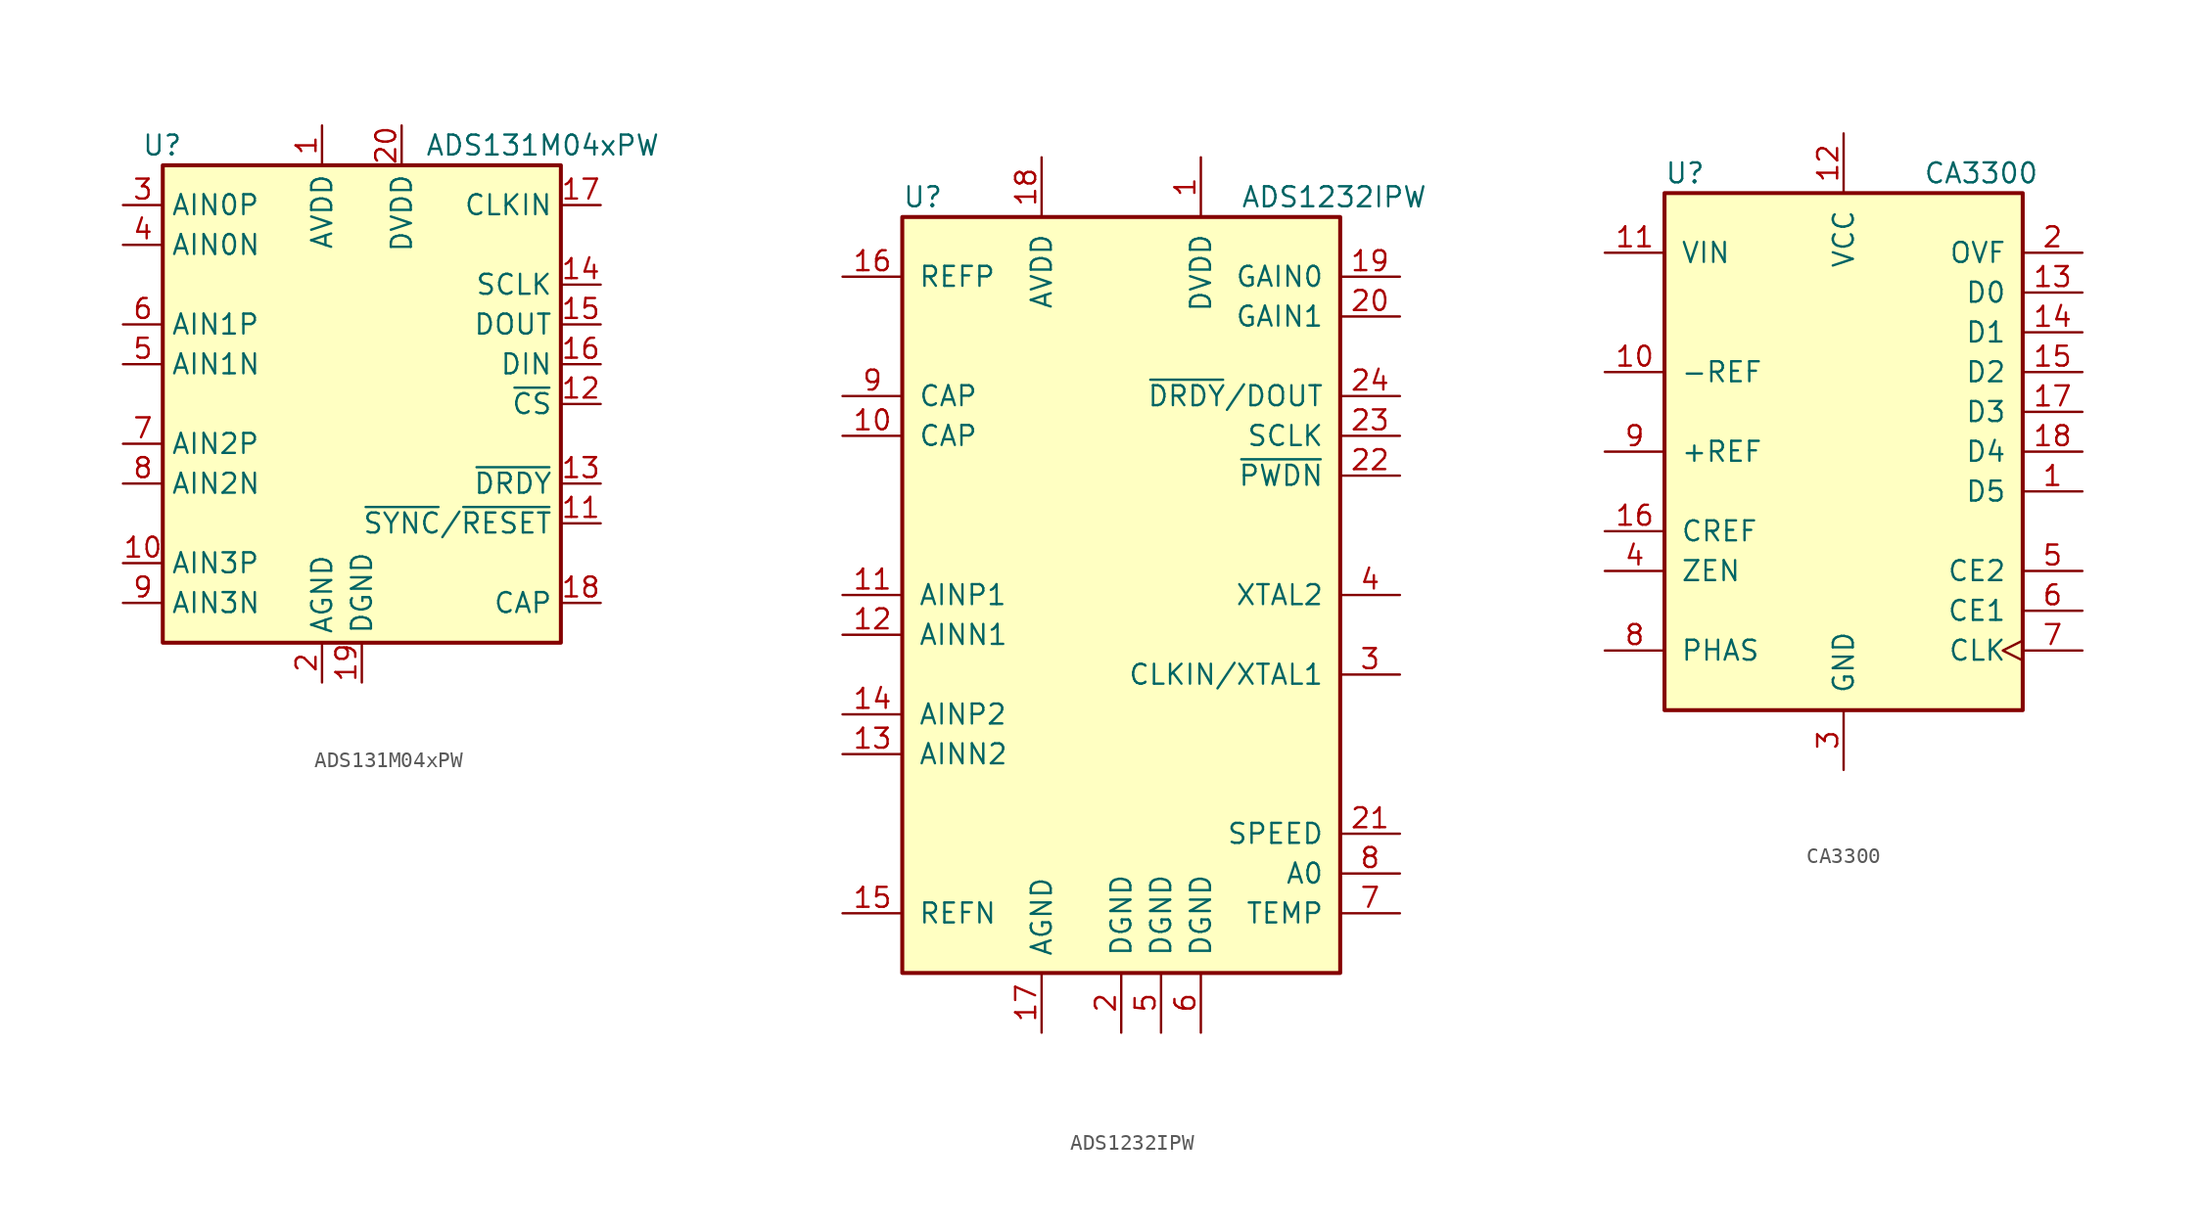
<source format=kicad_sym>
(kicad_symbol_lib
  (version 20241209)
  (generator "kicad_symbol_editor")
  (generator_version "9.0")
  (symbol "ADS131M04xPW"
    (property "Reference" "U"
      (at -11.43 16.51 0)
      (effects (font (size 1.27 1.27)) (justify right)))
    (property "Value" "ADS131M04xPW"
      (at 19.05 16.51 0)
      (effects (font (size 1.27 1.27)) (justify right)))
    (symbol "ADS131M04xPW_1_0"
      (pin input line (at -15.24 2.54 0) (length 2.54) (name "AIN1N" (effects (font (size 1.27 1.27)))) (number "5" (effects (font (size 1.27 1.27)))))
      (pin power_in line (at 0 -17.78 90) (length 2.54) (name "DGND" (effects (font (size 1.27 1.27)))) (number "19" (effects (font (size 1.27 1.27)))))
      (pin power_in line (at 2.54 17.78 270) (length 2.54) (name "DVDD" (effects (font (size 1.27 1.27)))) (number "20" (effects (font (size 1.27 1.27)))))
      (pin input line (at 15.24 12.7 180) (length 2.54) (name "CLKIN" (effects (font (size 1.27 1.27)))) (number "17" (effects (font (size 1.27 1.27)))))
      (pin output line (at 15.24 5.08 180) (length 2.54) (name "DOUT" (effects (font (size 1.27 1.27)))) (number "15" (effects (font (size 1.27 1.27)))))
      (pin input line (at 15.24 2.54 180) (length 2.54) (name "DIN" (effects (font (size 1.27 1.27)))) (number "16" (effects (font (size 1.27 1.27)))))
      (pin passive line (at 15.24 -12.7 180) (length 2.54) (name "CAP" (effects (font (size 1.27 1.27)))) (number "18" (effects (font (size 1.27 1.27))))))
    (symbol "ADS131M04xPW_1_1"
      (rectangle (start -12.7 15.24) (end 12.7 -15.24) (stroke (width 0.254) (type default)) (fill (type background)))
      (pin input line (at -15.24 12.7 0) (length 2.54) (name "AIN0P" (effects (font (size 1.27 1.27)))) (number "3" (effects (font (size 1.27 1.27)))))
      (pin input line (at -15.24 10.16 0) (length 2.54) (name "AIN0N" (effects (font (size 1.27 1.27)))) (number "4" (effects (font (size 1.27 1.27)))))
      (pin input line (at -15.24 5.08 0) (length 2.54) (name "AIN1P" (effects (font (size 1.27 1.27)))) (number "6" (effects (font (size 1.27 1.27)))))
      (pin input line (at -15.24 -2.54 0) (length 2.54) (name "AIN2P" (effects (font (size 1.27 1.27)))) (number "7" (effects (font (size 1.27 1.27)))))
      (pin input line (at -15.24 -5.08 0) (length 2.54) (name "AIN2N" (effects (font (size 1.27 1.27)))) (number "8" (effects (font (size 1.27 1.27)))))
      (pin input line (at -15.24 -10.16 0) (length 2.54) (name "AIN3P" (effects (font (size 1.27 1.27)))) (number "10" (effects (font (size 1.27 1.27)))))
      (pin input line (at -15.24 -12.7 0) (length 2.54) (name "AIN3N" (effects (font (size 1.27 1.27)))) (number "9" (effects (font (size 1.27 1.27)))))
      (pin power_in line (at -2.54 17.78 270) (length 2.54) (name "AVDD" (effects (font (size 1.27 1.27)))) (number "1" (effects (font (size 1.27 1.27)))))
      (pin power_in line (at -2.54 -17.78 90) (length 2.54) (name "AGND" (effects (font (size 1.27 1.27)))) (number "2" (effects (font (size 1.27 1.27)))))
      (pin input line (at 15.24 7.62 180) (length 2.54) (name "SCLK" (effects (font (size 1.27 1.27)))) (number "14" (effects (font (size 1.27 1.27)))))
      (pin input line (at 15.24 0 180) (length 2.54) (name "~{CS}" (effects (font (size 1.27 1.27)))) (number "12" (effects (font (size 1.27 1.27)))))
      (pin open_collector line (at 15.24 -5.08 180) (length 2.54) (name "~{DRDY}" (effects (font (size 1.27 1.27)))) (number "13" (effects (font (size 1.27 1.27)))))
      (pin input line (at 15.24 -7.62 180) (length 2.54) (name "~{SYNC}/~{RESET}" (effects (font (size 1.27 1.27)))) (number "11" (effects (font (size 1.27 1.27)))))))
  (symbol "ADS1232IPW"
    (pin_names
      (offset 1.016))
    (property "Reference" "U"
      (at -13.97 25.4 0)
      (effects (font (size 1.27 1.27)) (justify left)))
    (property "Value" "ADS1232IPW"
      (at 7.62 25.4 0)
      (effects (font (size 1.27 1.27)) (justify left)))
    (symbol "ADS1232IPW_0_1"
      (rectangle (start -13.97 24.13) (end 13.97 -24.13) (stroke (width 0.254) (type default)) (fill (type background))))
    (symbol "ADS1232IPW_1_1"
      (pin input line (at -17.78 20.32 0) (length 3.81) (name "REFP" (effects (font (size 1.27 1.27)))) (number "16" (effects (font (size 1.27 1.27)))))
      (pin passive line (at -17.78 12.7 0) (length 3.81) (name "CAP" (effects (font (size 1.27 1.27)))) (number "9" (effects (font (size 1.27 1.27)))))
      (pin passive line (at -17.78 10.16 0) (length 3.81) (name "CAP" (effects (font (size 1.27 1.27)))) (number "10" (effects (font (size 1.27 1.27)))))
      (pin input line (at -17.78 0 0) (length 3.81) (name "AINP1" (effects (font (size 1.27 1.27)))) (number "11" (effects (font (size 1.27 1.27)))))
      (pin input line (at -17.78 -2.54 0) (length 3.81) (name "AINN1" (effects (font (size 1.27 1.27)))) (number "12" (effects (font (size 1.27 1.27)))))
      (pin input line (at -17.78 -7.62 0) (length 3.81) (name "AINP2" (effects (font (size 1.27 1.27)))) (number "14" (effects (font (size 1.27 1.27)))))
      (pin input line (at -17.78 -10.16 0) (length 3.81) (name "AINN2" (effects (font (size 1.27 1.27)))) (number "13" (effects (font (size 1.27 1.27)))))
      (pin input line (at -17.78 -20.32 0) (length 3.81) (name "REFN" (effects (font (size 1.27 1.27)))) (number "15" (effects (font (size 1.27 1.27)))))
      (pin power_in line (at -5.08 27.94 270) (length 3.81) (name "AVDD" (effects (font (size 1.27 1.27)))) (number "18" (effects (font (size 1.27 1.27)))))
      (pin power_in line (at -5.08 -27.94 90) (length 3.81) (name "AGND" (effects (font (size 1.27 1.27)))) (number "17" (effects (font (size 1.27 1.27)))))
      (pin power_in line (at 0 -27.94 90) (length 3.81) (name "DGND" (effects (font (size 1.27 1.27)))) (number "2" (effects (font (size 1.27 1.27)))))
      (pin power_in line (at 2.54 -27.94 90) (length 3.81) (name "DGND" (effects (font (size 1.27 1.27)))) (number "5" (effects (font (size 1.27 1.27)))))
      (pin power_in line (at 5.08 27.94 270) (length 3.81) (name "DVDD" (effects (font (size 1.27 1.27)))) (number "1" (effects (font (size 1.27 1.27)))))
      (pin power_in line (at 5.08 -27.94 90) (length 3.81) (name "DGND" (effects (font (size 1.27 1.27)))) (number "6" (effects (font (size 1.27 1.27)))))
      (pin input line (at 17.78 20.32 180) (length 3.81) (name "GAIN0" (effects (font (size 1.27 1.27)))) (number "19" (effects (font (size 1.27 1.27)))))
      (pin input line (at 17.78 17.78 180) (length 3.81) (name "GAIN1" (effects (font (size 1.27 1.27)))) (number "20" (effects (font (size 1.27 1.27)))))
      (pin output line (at 17.78 12.7 180) (length 3.81) (name "~{DRDY}/DOUT" (effects (font (size 1.27 1.27)))) (number "24" (effects (font (size 1.27 1.27)))))
      (pin input line (at 17.78 10.16 180) (length 3.81) (name "SCLK" (effects (font (size 1.27 1.27)))) (number "23" (effects (font (size 1.27 1.27)))))
      (pin input line (at 17.78 7.62 180) (length 3.81) (name "~{PWDN}" (effects (font (size 1.27 1.27)))) (number "22" (effects (font (size 1.27 1.27)))))
      (pin bidirectional line (at 17.78 0 180) (length 3.81) (name "XTAL2" (effects (font (size 1.27 1.27)))) (number "4" (effects (font (size 1.27 1.27)))))
      (pin bidirectional line (at 17.78 -5.08 180) (length 3.81) (name "CLKIN/XTAL1" (effects (font (size 1.27 1.27)))) (number "3" (effects (font (size 1.27 1.27)))))
      (pin input line (at 17.78 -15.24 180) (length 3.81) (name "SPEED" (effects (font (size 1.27 1.27)))) (number "21" (effects (font (size 1.27 1.27)))))
      (pin input line (at 17.78 -17.78 180) (length 3.81) (name "A0" (effects (font (size 1.27 1.27)))) (number "8" (effects (font (size 1.27 1.27)))))
      (pin input line (at 17.78 -20.32 180) (length 3.81) (name "TEMP" (effects (font (size 1.27 1.27)))) (number "7" (effects (font (size 1.27 1.27)))))))
  (symbol "CA3300"
    (pin_names
      (offset 1.016))
    (property "Reference" "U"
      (at -11.43 17.78 0)
      (effects (font (size 1.27 1.27)) (justify left)))
    (property "Value" "CA3300"
      (at 5.08 17.78 0)
      (effects (font (size 1.27 1.27)) (justify left)))
    (symbol "CA3300_0_1"
      (rectangle (start -11.43 -16.51) (end 11.43 16.51) (stroke (width 0.254) (type default)) (fill (type background))))
    (symbol "CA3300_1_1"
      (pin input line (at -15.24 12.7 0) (length 3.81) (name "VIN" (effects (font (size 1.27 1.27)))) (number "11" (effects (font (size 1.27 1.27)))))
      (pin input line (at -15.24 5.08 0) (length 3.81) (name "-REF" (effects (font (size 1.27 1.27)))) (number "10" (effects (font (size 1.27 1.27)))))
      (pin input line (at -15.24 0 0) (length 3.81) (name "+REF" (effects (font (size 1.27 1.27)))) (number "9" (effects (font (size 1.27 1.27)))))
      (pin input line (at -15.24 -5.08 0) (length 3.81) (name "CREF" (effects (font (size 1.27 1.27)))) (number "16" (effects (font (size 1.27 1.27)))))
      (pin input line (at -15.24 -7.62 0) (length 3.81) (name "ZEN" (effects (font (size 1.27 1.27)))) (number "4" (effects (font (size 1.27 1.27)))))
      (pin input line (at -15.24 -12.7 0) (length 3.81) (name "PHAS" (effects (font (size 1.27 1.27)))) (number "8" (effects (font (size 1.27 1.27)))))
      (pin power_in line (at 0 20.32 270) (length 3.81) (name "VCC" (effects (font (size 1.27 1.27)))) (number "12" (effects (font (size 1.27 1.27)))))
      (pin power_in line (at 0 -20.32 90) (length 3.81) (name "GND" (effects (font (size 1.27 1.27)))) (number "3" (effects (font (size 1.27 1.27)))))
      (pin tri_state line (at 15.24 12.7 180) (length 3.81) (name "OVF" (effects (font (size 1.27 1.27)))) (number "2" (effects (font (size 1.27 1.27)))))
      (pin tri_state line (at 15.24 10.16 180) (length 3.81) (name "D0" (effects (font (size 1.27 1.27)))) (number "13" (effects (font (size 1.27 1.27)))))
      (pin tri_state line (at 15.24 7.62 180) (length 3.81) (name "D1" (effects (font (size 1.27 1.27)))) (number "14" (effects (font (size 1.27 1.27)))))
      (pin tri_state line (at 15.24 5.08 180) (length 3.81) (name "D2" (effects (font (size 1.27 1.27)))) (number "15" (effects (font (size 1.27 1.27)))))
      (pin tri_state line (at 15.24 2.54 180) (length 3.81) (name "D3" (effects (font (size 1.27 1.27)))) (number "17" (effects (font (size 1.27 1.27)))))
      (pin tri_state line (at 15.24 0 180) (length 3.81) (name "D4" (effects (font (size 1.27 1.27)))) (number "18" (effects (font (size 1.27 1.27)))))
      (pin tri_state line (at 15.24 -2.54 180) (length 3.81) (name "D5" (effects (font (size 1.27 1.27)))) (number "1" (effects (font (size 1.27 1.27)))))
      (pin input line (at 15.24 -7.62 180) (length 3.81) (name "CE2" (effects (font (size 1.27 1.27)))) (number "5" (effects (font (size 1.27 1.27)))))
      (pin input line (at 15.24 -10.16 180) (length 3.81) (name "CE1" (effects (font (size 1.27 1.27)))) (number "6" (effects (font (size 1.27 1.27)))))
      (pin input clock (at 15.24 -12.7 180) (length 3.81) (name "CLK" (effects (font (size 1.27 1.27)))) (number "7" (effects (font (size 1.27 1.27))))))))
</source>
